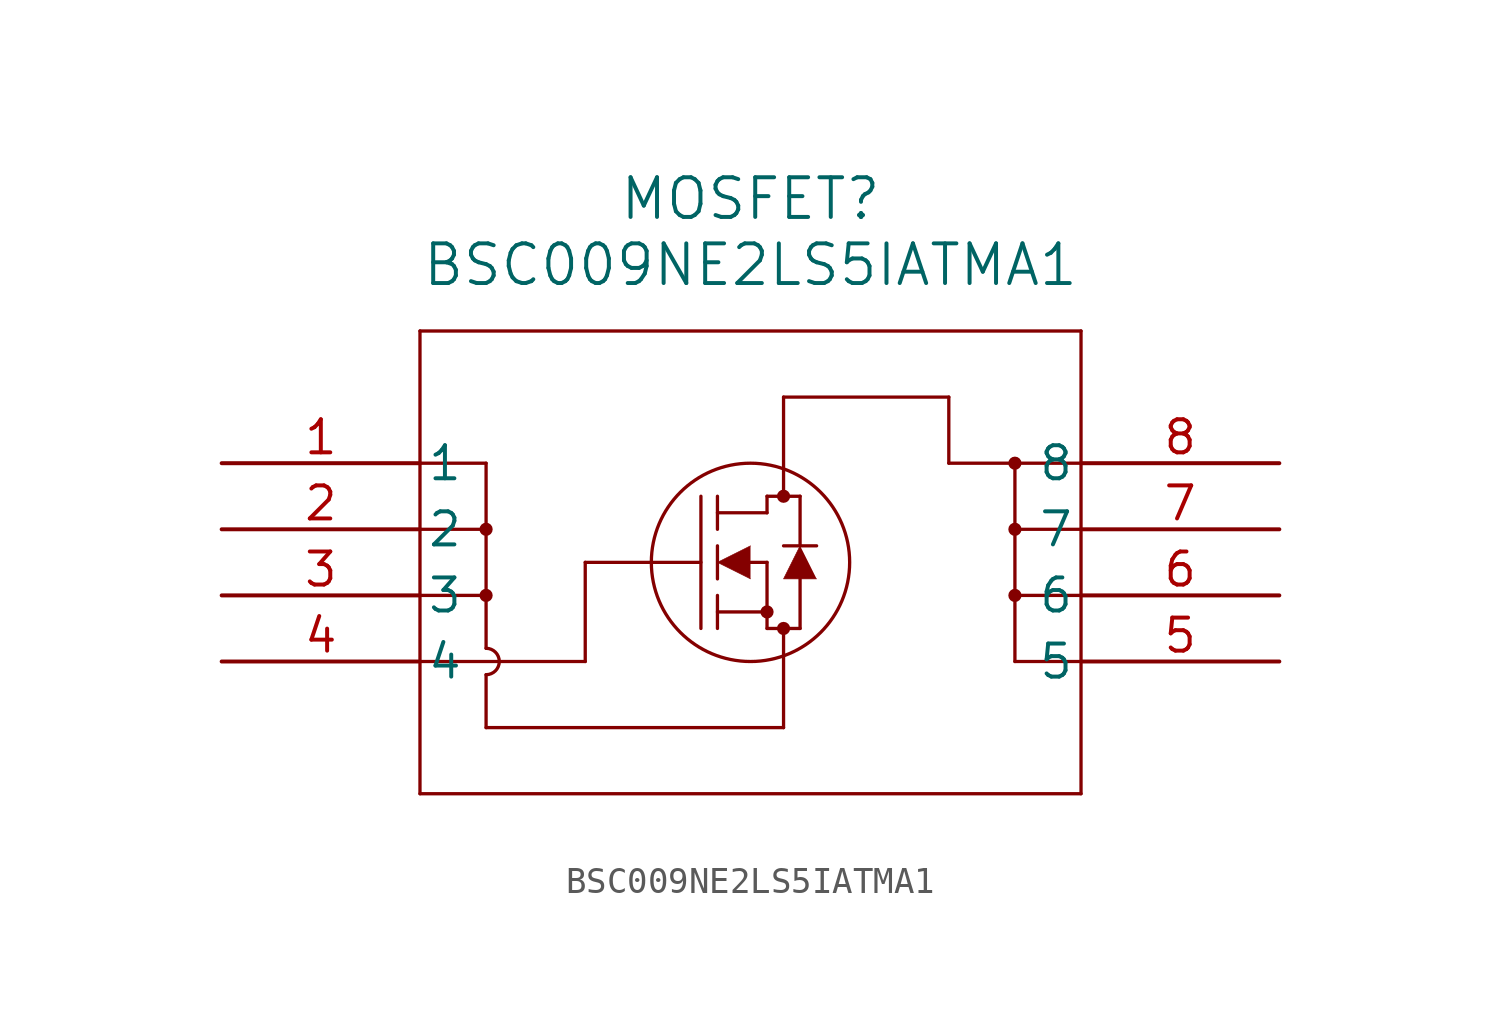
<source format=kicad_sym>
(kicad_symbol_lib
  (version 20211014)
  (generator kicad_symbol_editor)
  (symbol "BSC009NE2LS5IATMA1"
    (pin_names
      (offset 0.254))
    (property "Reference" "MOSFET"
      (at 20.32 10.16 0)
      (effects (font (size 1.524 1.524))))
    (property "Value" "BSC009NE2LS5IATMA1"
      (at 20.32 7.62 0)
      (effects (font (size 1.524 1.524))))
    (symbol "BSC009NE2LS5IATMA1_0_1"
      (polyline (pts (xy 7.62 5.08) (xy 7.62 -12.7)) (stroke (width 0.127) (type default) (color 0 0 0 0)) (fill (type none)))
      (polyline (pts (xy 7.62 -12.7) (xy 33.02 -12.7)) (stroke (width 0.127) (type default) (color 0 0 0 0)) (fill (type none)))
      (polyline (pts (xy 33.02 -12.7) (xy 33.02 5.08)) (stroke (width 0.127) (type default) (color 0 0 0 0)) (fill (type none)))
      (polyline (pts (xy 33.02 5.08) (xy 7.62 5.08)) (stroke (width 0.127) (type default) (color 0 0 0 0)) (fill (type none)))
      (circle (center 21.59 -1.27) (radius 0.127) (stroke (width 0.254) (type default) (color 0 0 0 0)) (fill (type none)))
      (circle (center 21.59 -6.35) (radius 0.127) (stroke (width 0.254) (type default) (color 0 0 0 0)) (fill (type none)))
      (circle (center 20.955 -5.715) (radius 0.127) (stroke (width 0.254) (type default) (color 0 0 0 0)) (fill (type none)))
      (circle (center 20.32 -3.81) (radius 3.81) (stroke (width 0.127) (type default) (color 0 0 0 0)) (fill (type none)))
      (polyline (pts (xy 13.97 -3.81) (xy 18.415 -3.81)) (stroke (width 0.127) (type default) (color 0 0 0 0)) (fill (type none)))
      (polyline (pts (xy 18.415 -6.35) (xy 18.415 -1.27)) (stroke (width 0.127) (type default) (color 0 0 0 0)) (fill (type none)))
      (polyline (pts (xy 19.05 -4.445) (xy 19.05 -3.175)) (stroke (width 0.127) (type default) (color 0 0 0 0)) (fill (type none)))
      (polyline (pts (xy 19.05 -6.35) (xy 19.05 -5.08)) (stroke (width 0.127) (type default) (color 0 0 0 0)) (fill (type none)))
      (polyline (pts (xy 19.05 -2.54) (xy 19.05 -1.27)) (stroke (width 0.127) (type default) (color 0 0 0 0)) (fill (type none)))
      (polyline (pts (xy 20.32 -3.81) (xy 20.955 -3.81)) (stroke (width 0.127) (type default) (color 0 0 0 0)) (fill (type none)))
      (polyline (pts (xy 19.05 -5.715) (xy 20.955 -5.715)) (stroke (width 0.127) (type default) (color 0 0 0 0)) (fill (type none)))
      (polyline (pts (xy 20.955 -6.35) (xy 20.955 -3.81)) (stroke (width 0.127) (type default) (color 0 0 0 0)) (fill (type none)))
      (polyline (pts (xy 20.955 -6.35) (xy 22.225 -6.35)) (stroke (width 0.127) (type default) (color 0 0 0 0)) (fill (type none)))
      (polyline (pts (xy 19.05 -1.905) (xy 20.955 -1.905)) (stroke (width 0.127) (type default) (color 0 0 0 0)) (fill (type none)))
      (polyline (pts (xy 22.225 -3.175) (xy 22.225 -1.27)) (stroke (width 0.127) (type default) (color 0 0 0 0)) (fill (type none)))
      (polyline (pts (xy 22.225 -6.35) (xy 22.225 -4.445)) (stroke (width 0.127) (type default) (color 0 0 0 0)) (fill (type none)))
      (polyline (pts (xy 22.86 -3.175) (xy 21.59 -3.175)) (stroke (width 0.127) (type default) (color 0 0 0 0)) (fill (type none)))
      (polyline (pts (xy 20.955 -1.27) (xy 22.225 -1.27)) (stroke (width 0.127) (type default) (color 0 0 0 0)) (fill (type none)))
      (polyline (pts (xy 20.955 -1.905) (xy 20.955 -1.27)) (stroke (width 0.127) (type default) (color 0 0 0 0)) (fill (type none)))
      (polyline (pts (xy 20.32 -3.175) (xy 19.05 -3.81) (xy 20.32 -4.445)) (stroke (width 0.025) (type default) (color 0 0 0 0)) (fill (type outline)))
      (polyline (pts (xy 22.86 -4.445) (xy 21.59 -4.445) (xy 22.225 -3.175)) (stroke (width 0.025) (type default) (color 0 0 0 0)) (fill (type outline)))
      (polyline (pts (xy 7.62 -7.62) (xy 13.97 -7.62)) (stroke (width 0.127) (type default) (color 0 0 0 0)) (fill (type none)))
      (polyline (pts (xy 13.97 -7.62) (xy 13.97 -3.81)) (stroke (width 0.127) (type default) (color 0 0 0 0)) (fill (type none)))
      (polyline (pts (xy 7.62 0) (xy 10.16 0)) (stroke (width 0.127) (type default) (color 0 0 0 0)) (fill (type none)))
      (polyline (pts (xy 7.62 -2.54) (xy 10.16 -2.54)) (stroke (width 0.127) (type default) (color 0 0 0 0)) (fill (type none)))
      (polyline (pts (xy 7.62 -5.08) (xy 10.16 -5.08)) (stroke (width 0.127) (type default) (color 0 0 0 0)) (fill (type none)))
      (polyline (pts (xy 10.16 0) (xy 10.16 -7.112)) (stroke (width 0.127) (type default) (color 0 0 0 0)) (fill (type none)))
      (polyline (pts (xy 10.16 -8.128) (xy 10.16 -10.16)) (stroke (width 0.127) (type default) (color 0 0 0 0)) (fill (type none)))
      (polyline (pts (xy 10.16 -10.16) (xy 21.59 -10.16)) (stroke (width 0.127) (type default) (color 0 0 0 0)) (fill (type none)))
      (polyline (pts (xy 21.59 -10.16) (xy 21.59 -6.35)) (stroke (width 0.127) (type default) (color 0 0 0 0)) (fill (type none)))
      (polyline (pts (xy 33.02 -7.62) (xy 30.48 -7.62)) (stroke (width 0.127) (type default) (color 0 0 0 0)) (fill (type none)))
      (polyline (pts (xy 30.48 -7.62) (xy 30.48 0)) (stroke (width 0.127) (type default) (color 0 0 0 0)) (fill (type none)))
      (polyline (pts (xy 33.02 -5.08) (xy 30.48 -5.08)) (stroke (width 0.127) (type default) (color 0 0 0 0)) (fill (type none)))
      (polyline (pts (xy 33.02 -2.54) (xy 30.48 -2.54)) (stroke (width 0.127) (type default) (color 0 0 0 0)) (fill (type none)))
      (polyline (pts (xy 33.02 0) (xy 27.94 0)) (stroke (width 0.127) (type default) (color 0 0 0 0)) (fill (type none)))
      (polyline (pts (xy 27.94 0) (xy 27.94 2.54)) (stroke (width 0.127) (type default) (color 0 0 0 0)) (fill (type none)))
      (polyline (pts (xy 27.94 2.54) (xy 21.59 2.54)) (stroke (width 0.127) (type default) (color 0 0 0 0)) (fill (type none)))
      (polyline (pts (xy 21.59 2.54) (xy 21.59 -1.27)) (stroke (width 0.127) (type default) (color 0 0 0 0)) (fill (type none)))
      (arc (start 10.16 -8.128) (mid 10.668 -7.62) (end 10.16 -7.112) (stroke (width 0.127) (type default) (color 0 0 0 0)) (fill (type none)))
      (circle (center 10.16 -2.54) (radius 0.127) (stroke (width 0.254) (type default) (color 0 0 0 0)) (fill (type none)))
      (circle (center 10.16 -5.08) (radius 0.127) (stroke (width 0.254) (type default) (color 0 0 0 0)) (fill (type none)))
      (circle (center 30.48 0) (radius 0.127) (stroke (width 0.254) (type default) (color 0 0 0 0)) (fill (type none)))
      (circle (center 30.48 -2.54) (radius 0.127) (stroke (width 0.254) (type default) (color 0 0 0 0)) (fill (type none)))
      (circle (center 30.48 -5.08) (radius 0.127) (stroke (width 0.254) (type default) (color 0 0 0 0)) (fill (type none)))
      (pin unspecified line (at 0 0 0) (length 7.62) (name "1" (effects (font (size 1.27 1.27)))) (number "1" (effects (font (size 1.27 1.27)))))
      (pin unspecified line (at 0 -2.54 0) (length 7.62) (name "2" (effects (font (size 1.27 1.27)))) (number "2" (effects (font (size 1.27 1.27)))))
      (pin unspecified line (at 0 -5.08 0) (length 7.62) (name "3" (effects (font (size 1.27 1.27)))) (number "3" (effects (font (size 1.27 1.27)))))
      (pin unspecified line (at 0 -7.62 0) (length 7.62) (name "4" (effects (font (size 1.27 1.27)))) (number "4" (effects (font (size 1.27 1.27)))))
      (pin unspecified line (at 40.64 -7.62 180) (length 7.62) (name "5" (effects (font (size 1.27 1.27)))) (number "5" (effects (font (size 1.27 1.27)))))
      (pin unspecified line (at 40.64 -5.08 180) (length 7.62) (name "6" (effects (font (size 1.27 1.27)))) (number "6" (effects (font (size 1.27 1.27)))))
      (pin unspecified line (at 40.64 -2.54 180) (length 7.62) (name "7" (effects (font (size 1.27 1.27)))) (number "7" (effects (font (size 1.27 1.27)))))
      (pin unspecified line (at 40.64 0 180) (length 7.62) (name "8" (effects (font (size 1.27 1.27)))) (number "8" (effects (font (size 1.27 1.27))))))))
</source>
